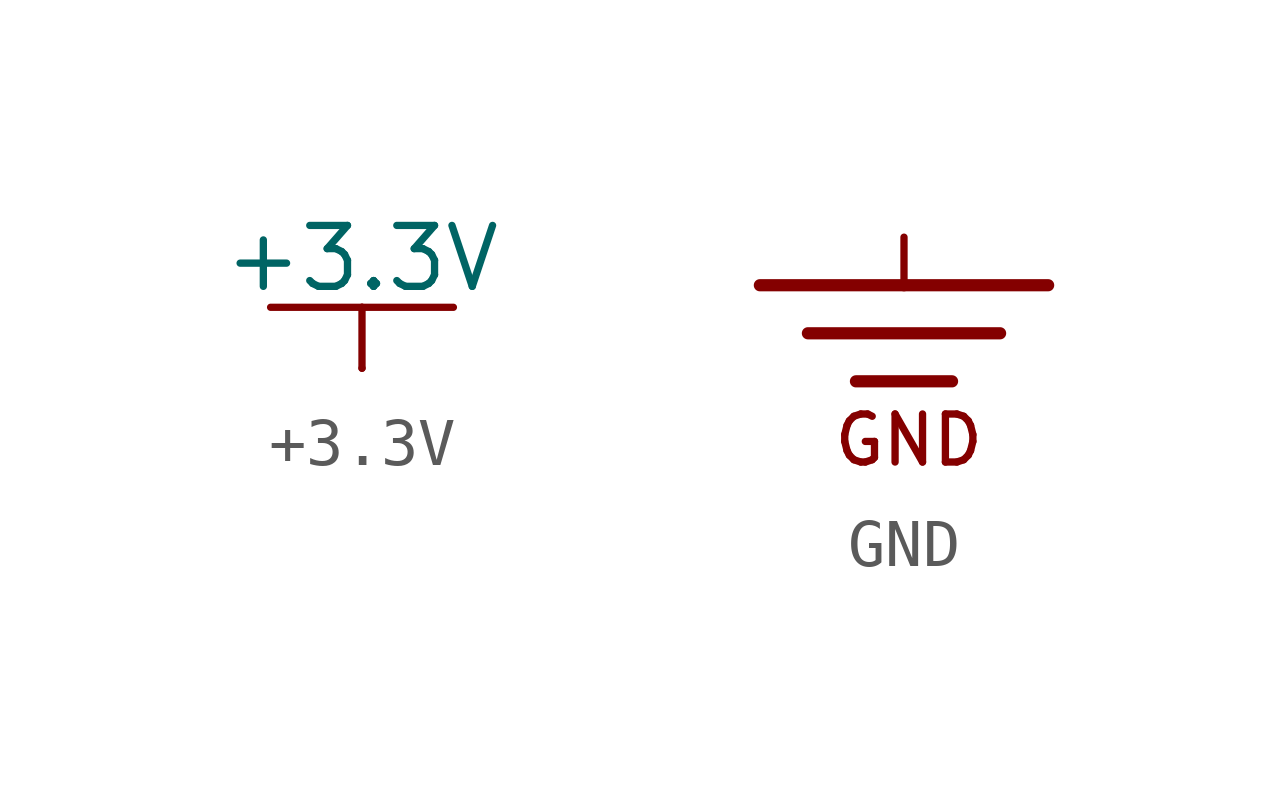
<source format=kicad_sym>
(kicad_symbol_lib
  (version 20231120)
  (generator "kicad_symbol_editor")
  (generator_version "8.0")
  (symbol "+3.3V"
    (power)
    (pin_numbers hide)
    (pin_names
      (offset 0) hide)
    (property "Reference" "#PWR"
      (at 0 -3.81 0)
      (effects (font (size 1.27 1.27)) (hide yes)))
    (property "Value" "+3.3V"
      (at 0 2.286 0)
      (effects (font (size 1.27 1.27))))
    (symbol "+3.3V_0_1"
      (polyline (pts (xy -1.905 1.27) (xy 0 1.27)) (stroke (width 0) (type default)) (fill (type none)))
      (polyline (pts (xy 0 0) (xy 0 1.27)) (stroke (width 0) (type default)) (fill (type none)))
      (polyline (pts (xy 0 1.27) (xy 1.905 1.27)) (stroke (width 0) (type default)) (fill (type none))))
    (symbol "+3.3V_1_1"
      (pin power_in line (at 0 0 90) (length 0) (name "~" (effects (font (size 1.27 1.27)))) (number "1" (effects (font (size 1.27 1.27)))))))
  (symbol "GND"
    (power)
    (property "Reference" "#GND"
      (at 7.874 -2.54 0)
      (effects (font (size 1.27 1.27)) (hide yes)))
    (property "ki_locked" ""
      (at 0 0 0)
      (effects (font (size 1.27 1.27))))
    (symbol "GND_1_0"
      (polyline (pts (xy -3 -1.016) (xy 0 -1.016)) (stroke (width 0.254) (type solid)) (fill (type none)))
      (polyline (pts (xy -2 -2.016) (xy 2 -2.016)) (stroke (width 0.254) (type solid)) (fill (type none)))
      (polyline (pts (xy -1 -3.016) (xy 1 -3.016)) (stroke (width 0.254) (type solid)) (fill (type none)))
      (polyline (pts (xy 0 -1.016) (xy 3 -1.016)) (stroke (width 0.254) (type solid)) (fill (type none)))
      (polyline (pts (xy 0 -0.016) (xy 0 -1.016)) (stroke (width 0.152) (type solid)) (fill (type none)))
      (text "GND" (at -1.524 -4.826 0) (effects (font (size 1 1)) (justify left bottom)))
      (pin power_in line (at 0 0 270) (length 0) hide (name "GND" (effects (font (size 0 0)))) (number "GND" (effects (font (size 0 0))))))))
</source>
